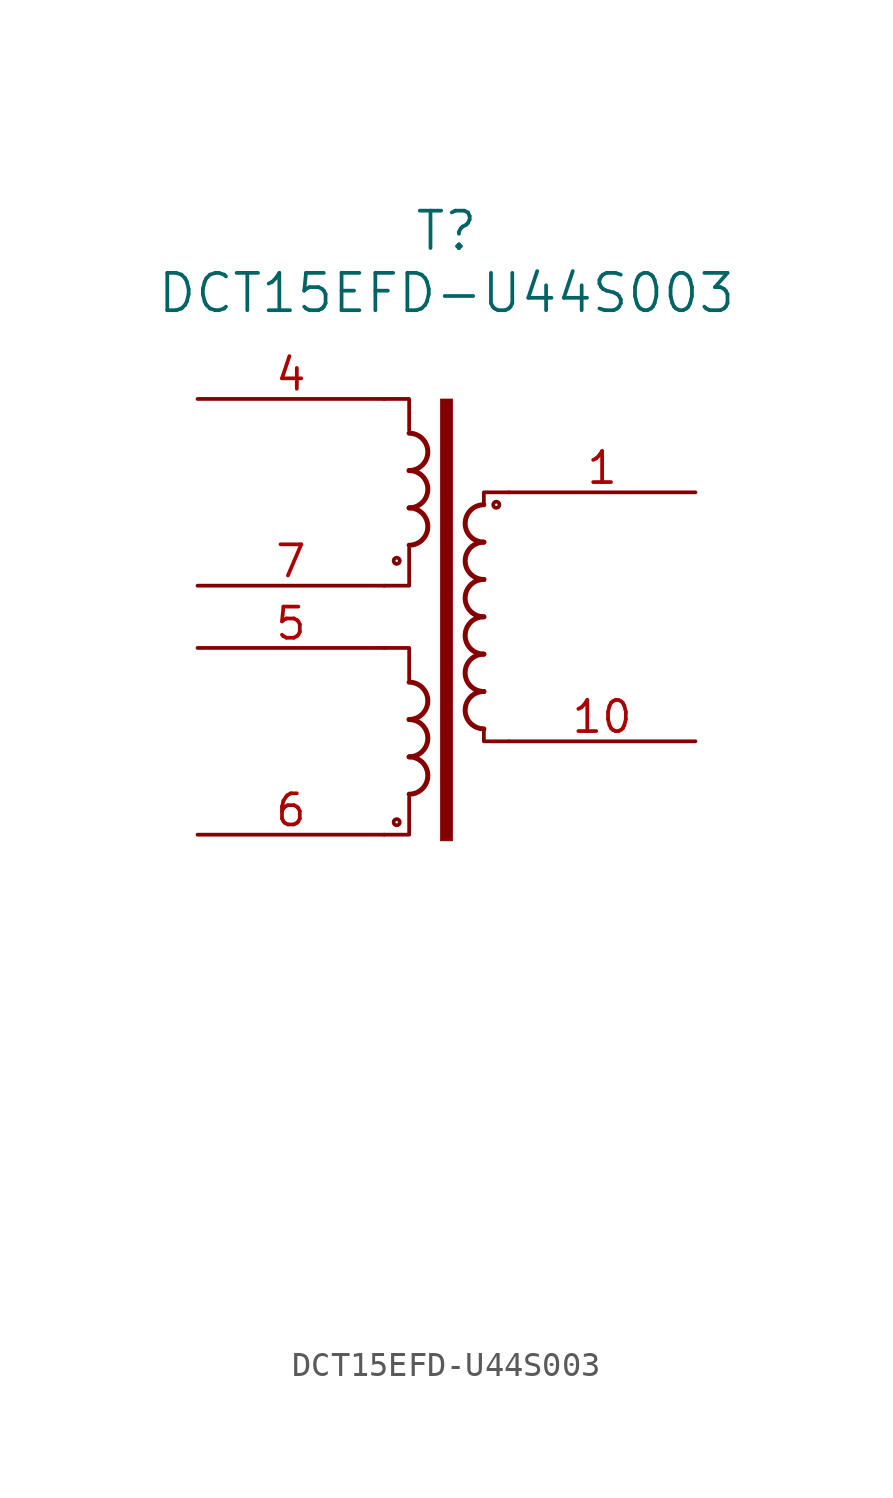
<source format=kicad_sym>
(kicad_symbol_lib
  (version 20241209)
  (generator "kicad_symbol_editor")
  (generator_version "9.0")
  (symbol "DCT15EFD-U44S003"
    (pin_names
      (offset 0.254))
    (property "Reference" "T"
      (at 0 15.748 0)
      (effects (font (size 1.524 1.524))))
    (property "Value" "DCT15EFD-U44S003"
      (at 0 13.208 0)
      (effects (font (size 1.524 1.524))))
    (symbol "DCT15EFD-U44S003_0_1"
      (polyline (pts (xy -2.54 1.27) (xy -1.524 1.27) (xy -1.524 2.794)) (stroke (width 0) (type default)) (fill (type none)))
      (polyline (pts (xy -2.54 -1.27) (xy -1.524 -1.27) (xy -1.524 -2.54)) (stroke (width 0) (type default)) (fill (type none)))
      (polyline (pts (xy -2.54 -8.89) (xy -1.524 -8.89) (xy -1.524 -7.366)) (stroke (width 0) (type default)) (fill (type none)))
      (circle (center -2.032 2.286) (radius 0.127) (stroke (width 0) (type default)) (fill (type none)))
      (circle (center -2.032 -8.382) (radius 0.127) (stroke (width 0) (type default)) (fill (type none)))
      (arc (start -1.524 7.493) (mid -0.7653 6.731) (end -1.524 5.969) (stroke (width 0.2032) (type default)) (fill (type none)))
      (arc (start -1.524 5.969) (mid -0.7653 5.207) (end -1.524 4.445) (stroke (width 0.2032) (type default)) (fill (type none)))
      (arc (start -1.524 4.445) (mid -0.7653 3.683) (end -1.524 2.921) (stroke (width 0.2032) (type default)) (fill (type none)))
      (arc (start -1.524 -2.667) (mid -0.7653 -3.429) (end -1.524 -4.191) (stroke (width 0.2032) (type default)) (fill (type none)))
      (arc (start -1.524 -4.191) (mid -0.7653 -4.953) (end -1.524 -5.715) (stroke (width 0.2032) (type default)) (fill (type none)))
      (arc (start -1.524 -5.715) (mid -0.7653 -6.477) (end -1.524 -7.239) (stroke (width 0.2032) (type default)) (fill (type none)))
      (polyline (pts (xy -1.524 7.62) (xy -1.524 8.89) (xy -2.54 8.89)) (stroke (width 0) (type default)) (fill (type none)))
      (rectangle (start 0.254 -9.144) (end -0.254 8.89) (stroke (width 0.025) (type default)) (fill (type outline)))
      (polyline (pts (xy 1.524 4.572) (xy 1.524 5.08) (xy 2.54 5.08)) (stroke (width 0) (type default)) (fill (type none)))
      (polyline (pts (xy 1.524 -4.572) (xy 1.524 -5.08) (xy 2.54 -5.08)) (stroke (width 0) (type default)) (fill (type none)))
      (arc (start 1.524 3.048) (mid 0.7653 3.81) (end 1.524 4.572) (stroke (width 0.2032) (type default)) (fill (type none)))
      (arc (start 1.524 1.524) (mid 0.7653 2.286) (end 1.524 3.048) (stroke (width 0.2032) (type default)) (fill (type none)))
      (arc (start 1.524 0) (mid 0.7653 0.762) (end 1.524 1.524) (stroke (width 0.2032) (type default)) (fill (type none)))
      (arc (start 1.524 -1.524) (mid 0.7653 -0.762) (end 1.524 0) (stroke (width 0.2032) (type default)) (fill (type none)))
      (arc (start 1.524 -3.048) (mid 0.7653 -2.286) (end 1.524 -1.524) (stroke (width 0.2032) (type default)) (fill (type none)))
      (arc (start 1.524 -4.572) (mid 0.7653 -3.81) (end 1.524 -3.048) (stroke (width 0.2032) (type default)) (fill (type none)))
      (circle (center 2.032 4.572) (radius 0.127) (stroke (width 0) (type default)) (fill (type none))))
    (symbol "DCT15EFD-U44S003_1_1"
      (pin unspecified line (at -10.16 8.89 0) (length 7.62) (name "" (effects (font (size 1.27 1.27)))) (number "4" (effects (font (size 1.27 1.27)))))
      (pin unspecified line (at -10.16 1.27 0) (length 7.62) (name "" (effects (font (size 1.27 1.27)))) (number "7" (effects (font (size 1.27 1.27)))))
      (pin unspecified line (at -10.16 -1.27 0) (length 7.62) (name "" (effects (font (size 1.27 1.27)))) (number "5" (effects (font (size 1.27 1.27)))))
      (pin unspecified line (at -10.16 -8.89 0) (length 7.62) (name "" (effects (font (size 1.27 1.27)))) (number "6" (effects (font (size 1.27 1.27)))))
      (pin no_connect line (at -10.16 -17.78 0) (length 7.62) (hide yes) (name "" (effects (font (size 1.27 1.27)))) (number "2" (effects (font (size 1.27 1.27)))))
      (pin no_connect line (at -10.16 -20.32 0) (length 7.62) (hide yes) (name "" (effects (font (size 1.27 1.27)))) (number "3" (effects (font (size 1.27 1.27)))))
      (pin no_connect line (at -10.16 -22.86 0) (length 7.62) (hide yes) (name "" (effects (font (size 1.27 1.27)))) (number "9" (effects (font (size 1.27 1.27)))))
      (pin no_connect line (at -10.16 -25.4 0) (length 7.62) (hide yes) (name "" (effects (font (size 1.27 1.27)))) (number "8" (effects (font (size 1.27 1.27)))))
      (pin unspecified line (at 10.16 5.08 180) (length 7.62) (name "" (effects (font (size 1.27 1.27)))) (number "1" (effects (font (size 1.27 1.27)))))
      (pin unspecified line (at 10.16 -5.08 180) (length 7.62) (name "" (effects (font (size 1.27 1.27)))) (number "10" (effects (font (size 1.27 1.27))))))))
</source>
